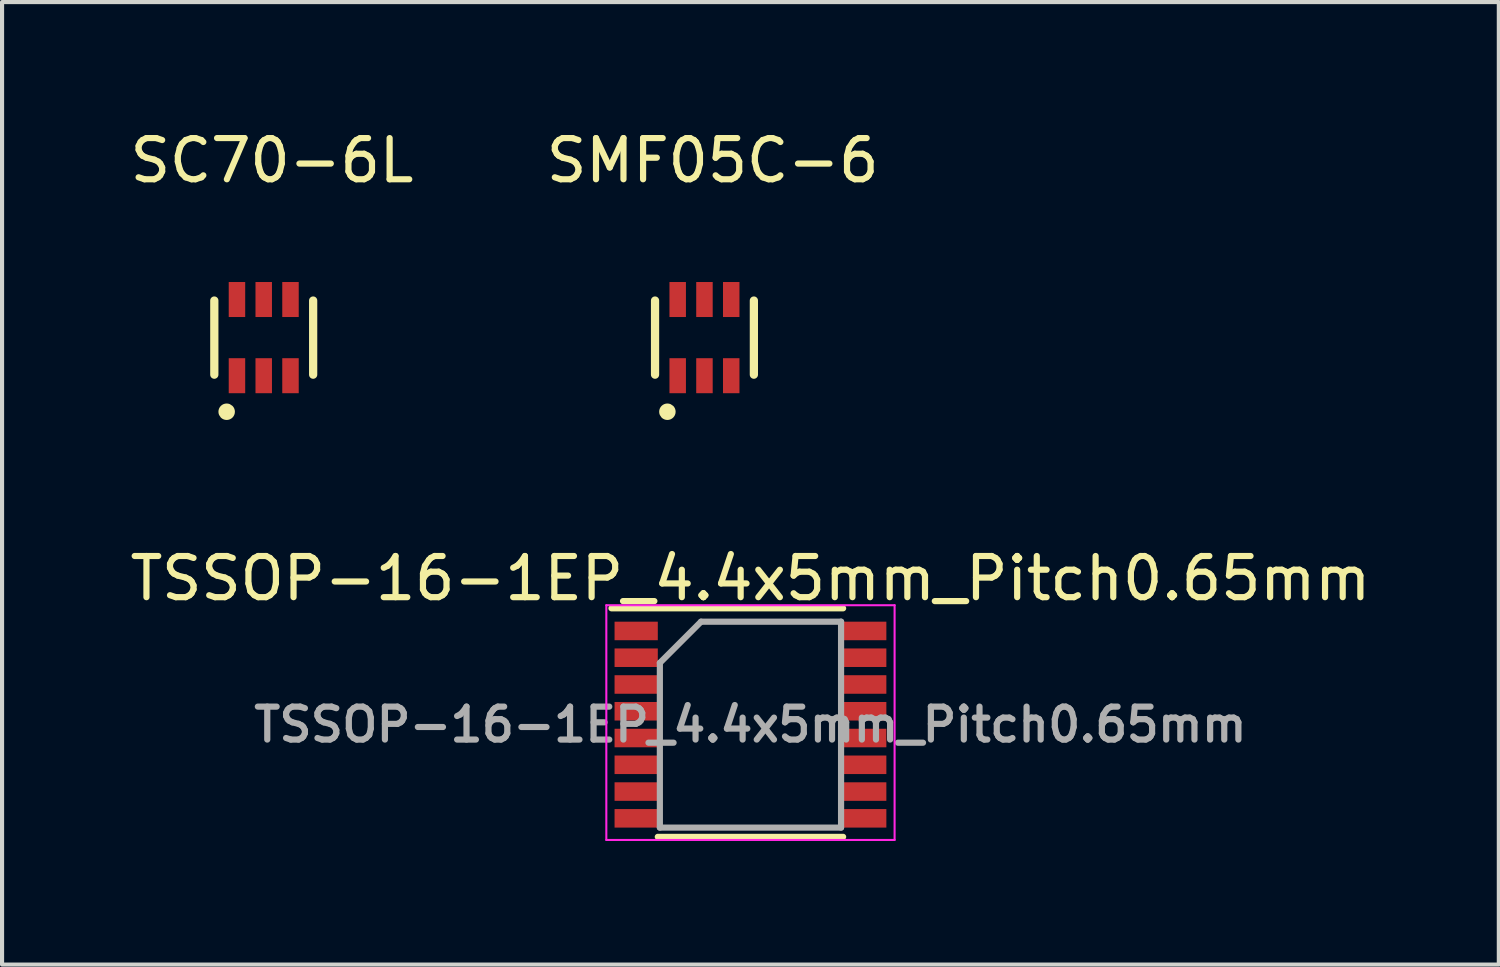
<source format=kicad_pcb>
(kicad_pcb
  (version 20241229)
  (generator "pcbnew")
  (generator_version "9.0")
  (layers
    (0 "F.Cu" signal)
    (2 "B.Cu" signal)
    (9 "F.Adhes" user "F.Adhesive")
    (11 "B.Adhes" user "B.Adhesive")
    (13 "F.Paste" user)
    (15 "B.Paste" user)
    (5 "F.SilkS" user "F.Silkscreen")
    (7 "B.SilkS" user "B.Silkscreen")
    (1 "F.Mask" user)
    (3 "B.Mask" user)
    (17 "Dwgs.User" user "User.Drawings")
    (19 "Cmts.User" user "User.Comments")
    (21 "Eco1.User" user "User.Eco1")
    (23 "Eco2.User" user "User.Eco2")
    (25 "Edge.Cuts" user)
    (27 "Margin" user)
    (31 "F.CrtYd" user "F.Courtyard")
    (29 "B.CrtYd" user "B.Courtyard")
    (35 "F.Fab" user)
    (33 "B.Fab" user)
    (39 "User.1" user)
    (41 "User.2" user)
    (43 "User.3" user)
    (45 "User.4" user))
  (footprint "SC70-6L"
    (layer "F.Cu")
    (at 3.354 5.148)
    (property "Reference" "SC70-6L" (at 0.2 -4.3 0) (layer "F.SilkS") (effects (font (size 1 1) (thickness 0.15))))
    (attr through_hole)
    (fp_line (start -1.2 -0.9) (end -1.2 0.9) (stroke (width 0.2) (type solid)) (layer "F.SilkS"))
    (fp_line (start 1.2 -0.9) (end 1.2 0.9) (stroke (width 0.2) (type solid)) (layer "F.SilkS"))
    (fp_circle (center -0.9 1.8) (end -0.9 1.9) (stroke (width 0.2) (type solid)) (fill no) (layer "F.SilkS"))
    (pad "1" smd rect (at -0.65 0.925) (size 0.4 0.85) (layers "F.Cu" "F.Mask" "F.Paste"))
    (pad "2" smd rect (at 0 0.925) (size 0.4 0.85) (layers "F.Cu" "F.Mask" "F.Paste"))
    (pad "3" smd rect (at 0.65 0.925) (size 0.4 0.85) (layers "F.Cu" "F.Mask" "F.Paste"))
    (pad "4" smd rect (at 0.65 -0.925) (size 0.4 0.85) (layers "F.Cu" "F.Mask" "F.Paste"))
    (pad "5" smd rect (at 0 -0.925) (size 0.4 0.85) (layers "F.Cu" "F.Mask" "F.Paste"))
    (pad "6" smd rect (at -0.65 -0.925) (size 0.4 0.85) (layers "F.Cu" "F.Mask" "F.Paste")))
  (footprint "TSSOP-16-1EP_4.4x5mm_Pitch0.65mm"
    (layer "F.Cu")
    (at 15.173 14.546)
    (property "Reference" "TSSOP-16-1EP_4.4x5mm_Pitch0.65mm" (at 0 -3.55 0) (layer "F.SilkS") (effects (font (size 1 1) (thickness 0.15))))
    (attr smd)
    (fp_line (start -3.375 -2.825) (end 2.25 -2.825) (stroke (width 0.15) (type solid)) (layer "F.SilkS"))
    (fp_line (start -2.25 2.725) (end 2.25 2.725) (stroke (width 0.15) (type solid)) (layer "F.SilkS"))
    (fp_line (start -3.5 -2.9) (end -3.5 2.8) (stroke (width 0.05) (type solid)) (layer "F.CrtYd"))
    (fp_line (start -3.5 -2.9) (end 3.5 -2.9) (stroke (width 0.05) (type solid)) (layer "F.CrtYd"))
    (fp_line (start -3.5 2.8) (end 3.5 2.8) (stroke (width 0.05) (type solid)) (layer "F.CrtYd"))
    (fp_line (start 3.5 -2.9) (end 3.5 2.8) (stroke (width 0.05) (type solid)) (layer "F.CrtYd"))
    (fp_line (start -2.2 -1.5) (end -1.2 -2.5) (stroke (width 0.15) (type solid)) (layer "F.Fab"))
    (fp_line (start -2.2 2.5) (end -2.2 -1.5) (stroke (width 0.15) (type solid)) (layer "F.Fab"))
    (fp_line (start -1.2 -2.5) (end 2.2 -2.5) (stroke (width 0.15) (type solid)) (layer "F.Fab"))
    (fp_line (start 2.2 -2.5) (end 2.2 2.5) (stroke (width 0.15) (type solid)) (layer "F.Fab"))
    (fp_line (start 2.2 2.5) (end -2.2 2.5) (stroke (width 0.15) (type solid)) (layer "F.Fab"))
    (fp_text user "${REFERENCE}" (at 0 0 0) (layer "F.Fab") (effects (font (size 0.8 0.8) (thickness 0.15))))
    (pad "1" smd rect (at -2.775 -2.275) (size 1.05 0.45) (layers "F.Cu" "F.Mask" "F.Paste"))
    (pad "2" smd rect (at -2.775 -1.625) (size 1.05 0.45) (layers "F.Cu" "F.Mask" "F.Paste"))
    (pad "3" smd rect (at -2.775 -0.975) (size 1.05 0.45) (layers "F.Cu" "F.Mask" "F.Paste"))
    (pad "4" smd rect (at -2.775 -0.325) (size 1.05 0.45) (layers "F.Cu" "F.Mask" "F.Paste"))
    (pad "5" smd rect (at -2.775 0.325) (size 1.05 0.45) (layers "F.Cu" "F.Mask" "F.Paste"))
    (pad "6" smd rect (at -2.775 0.975) (size 1.05 0.45) (layers "F.Cu" "F.Mask" "F.Paste"))
    (pad "7" smd rect (at -2.775 1.625) (size 1.05 0.45) (layers "F.Cu" "F.Mask" "F.Paste"))
    (pad "8" smd rect (at -2.775 2.275) (size 1.05 0.45) (layers "F.Cu" "F.Mask" "F.Paste"))
    (pad "9" smd rect (at 2.775 2.275) (size 1.05 0.45) (layers "F.Cu" "F.Mask" "F.Paste"))
    (pad "10" smd rect (at 2.775 1.625) (size 1.05 0.45) (layers "F.Cu" "F.Mask" "F.Paste"))
    (pad "11" smd rect (at 2.775 0.975) (size 1.05 0.45) (layers "F.Cu" "F.Mask" "F.Paste"))
    (pad "12" smd rect (at 2.775 0.325) (size 1.05 0.45) (layers "F.Cu" "F.Mask" "F.Paste"))
    (pad "13" smd rect (at 2.775 -0.325) (size 1.05 0.45) (layers "F.Cu" "F.Mask" "F.Paste"))
    (pad "14" smd rect (at 2.775 -0.975) (size 1.05 0.45) (layers "F.Cu" "F.Mask" "F.Paste"))
    (pad "15" smd rect (at 2.775 -1.625) (size 1.05 0.45) (layers "F.Cu" "F.Mask" "F.Paste"))
    (pad "16" smd rect (at 2.775 -2.275) (size 1.05 0.45) (layers "F.Cu" "F.Mask" "F.Paste")))
  (footprint "SMF05C-6"
    (layer "F.Cu")
    (at 14.056 5.148)
    (property "Reference" "SMF05C-6" (at 0.2 -4.3 0) (layer "F.SilkS") (effects (font (size 1 1) (thickness 0.15))))
    (attr through_hole)
    (fp_line (start -1.2 -0.9) (end -1.2 0.9) (stroke (width 0.2) (type solid)) (layer "F.SilkS"))
    (fp_line (start 1.2 -0.9) (end 1.2 0.9) (stroke (width 0.2) (type solid)) (layer "F.SilkS"))
    (fp_circle (center -0.9 1.8) (end -0.9 1.9) (stroke (width 0.2) (type solid)) (fill no) (layer "F.SilkS"))
    (pad "1" smd rect (at -0.65 0.925) (size 0.4 0.85) (layers "F.Cu" "F.Mask" "F.Paste"))
    (pad "2" smd rect (at 0 0.925) (size 0.4 0.85) (layers "F.Cu" "F.Mask" "F.Paste"))
    (pad "3" smd rect (at 0.65 0.925) (size 0.4 0.85) (layers "F.Cu" "F.Mask" "F.Paste"))
    (pad "4" smd rect (at 0.65 -0.925) (size 0.4 0.85) (layers "F.Cu" "F.Mask" "F.Paste"))
    (pad "5" smd rect (at 0 -0.925) (size 0.4 0.85) (layers "F.Cu" "F.Mask" "F.Paste"))
    (pad "6" smd rect (at -0.65 -0.925) (size 0.4 0.85) (layers "F.Cu" "F.Mask" "F.Paste")))
  (gr_rect
    (start -3 -3)
    (end 33.345 20.372)
    (stroke (width 0.1) (type default))
    (fill no)
    (layer "Edge.Cuts")))
</source>
